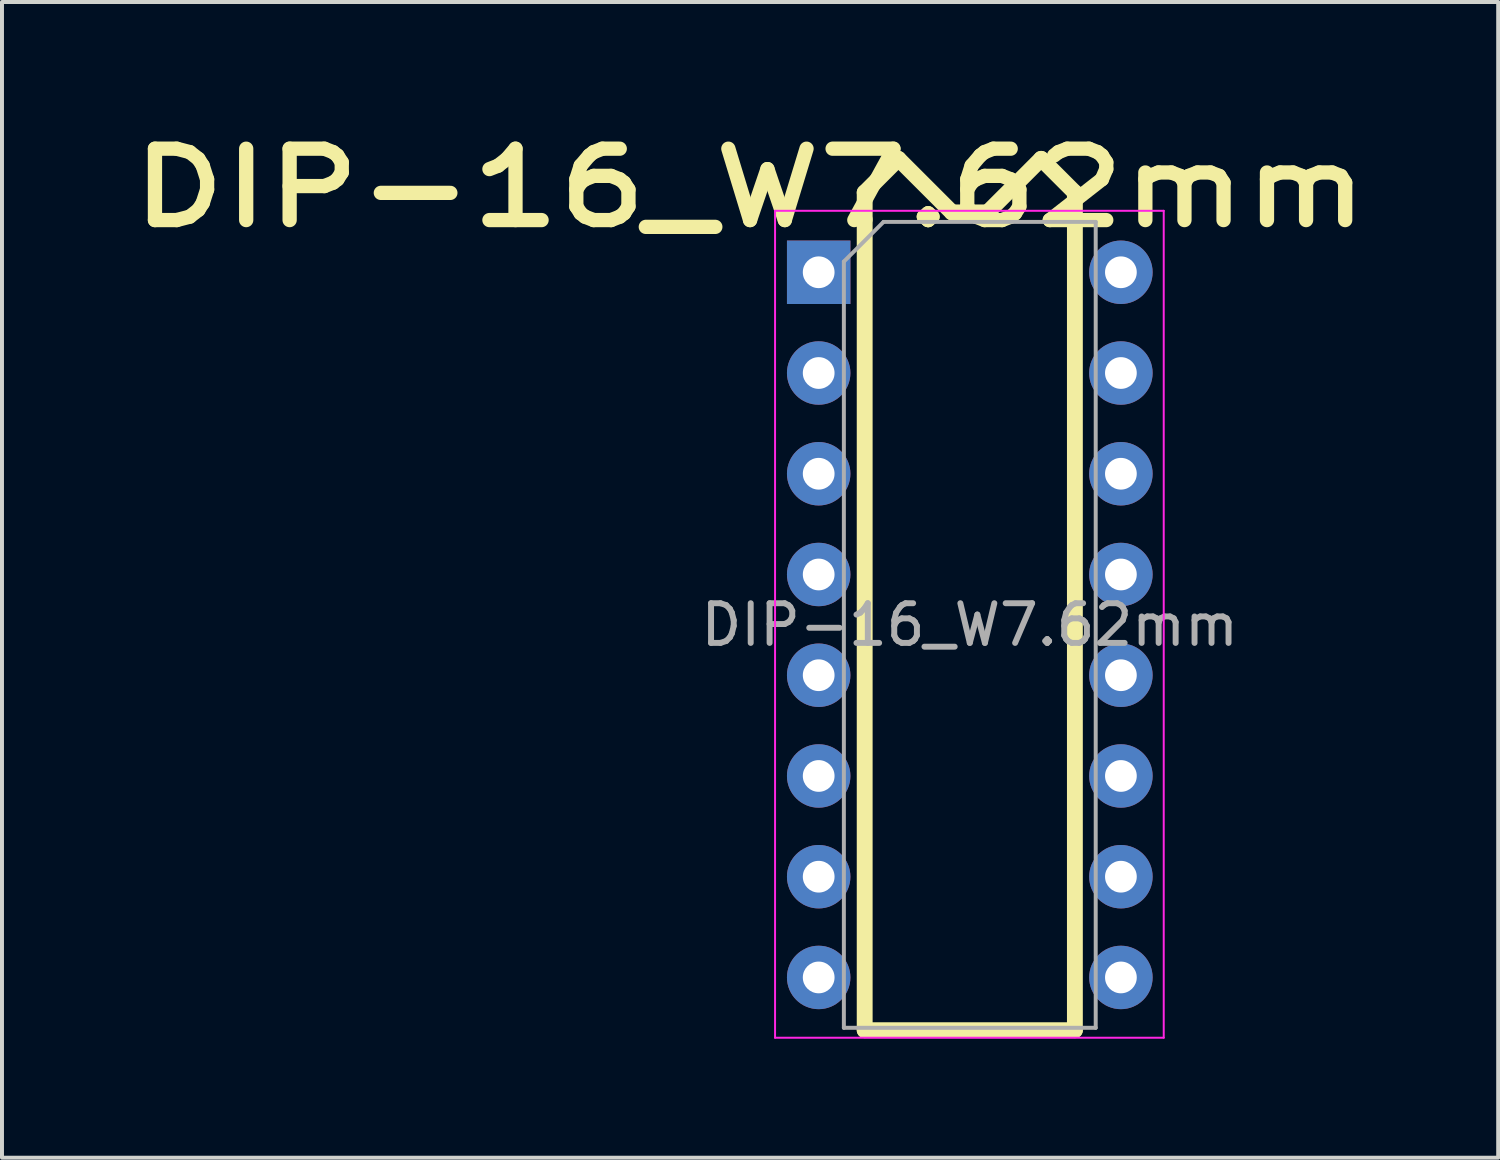
<source format=kicad_pcb>
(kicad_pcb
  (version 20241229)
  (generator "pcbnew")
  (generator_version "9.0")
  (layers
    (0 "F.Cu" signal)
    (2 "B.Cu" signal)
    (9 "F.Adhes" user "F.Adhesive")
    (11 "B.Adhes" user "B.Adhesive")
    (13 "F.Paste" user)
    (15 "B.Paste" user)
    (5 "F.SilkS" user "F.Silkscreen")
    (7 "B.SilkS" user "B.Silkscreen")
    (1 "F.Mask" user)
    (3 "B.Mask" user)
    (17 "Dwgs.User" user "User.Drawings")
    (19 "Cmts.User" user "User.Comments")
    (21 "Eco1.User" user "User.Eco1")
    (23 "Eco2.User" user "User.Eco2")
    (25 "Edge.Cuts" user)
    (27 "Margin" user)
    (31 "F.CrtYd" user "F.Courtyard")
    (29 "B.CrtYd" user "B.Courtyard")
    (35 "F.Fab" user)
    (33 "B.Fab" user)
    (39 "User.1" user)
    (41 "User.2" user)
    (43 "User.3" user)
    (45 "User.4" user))
  (footprint "DIP-16_W7.62mm"
    (layer "F.Cu")
    (at 17.622 3.815)
    (property "Reference" "DIP-16_W7.62mm" (at -1.76 -2.13 0) (layer "F.SilkS") (effects (font (size 1.8 2.3) (thickness 0.36) (bold yes))))
    (attr through_hole)
    (fp_line (start 1.13 -2.01) (end 1.98 -2.86) (stroke (width 0.4) (type default)) (layer "F.SilkS"))
    (fp_line (start 1.13 -1.33) (end 1.13 -2.01) (stroke (width 0.4) (type default)) (layer "F.SilkS"))
    (fp_line (start 1.13 -1.33) (end 1.13 19.11) (stroke (width 0.4) (type solid)) (layer "F.SilkS"))
    (fp_line (start 1.13 19.11) (end 6.43 19.11) (stroke (width 0.4) (type solid)) (layer "F.SilkS"))
    (fp_line (start 1.98 -2.86) (end 3.33 -1.51) (stroke (width 0.4) (type default)) (layer "F.SilkS"))
    (fp_line (start 3.33 -1.51) (end 4.23 -1.51) (stroke (width 0.4) (type default)) (layer "F.SilkS"))
    (fp_line (start 5.58 -2.86) (end 4.23 -1.51) (stroke (width 0.4) (type default)) (layer "F.SilkS"))
    (fp_line (start 6.43 -2.01) (end 5.58 -2.86) (stroke (width 0.4) (type default)) (layer "F.SilkS"))
    (fp_line (start 6.43 -1.33) (end 6.43 -2.01) (stroke (width 0.4) (type default)) (layer "F.SilkS"))
    (fp_line (start 6.43 19.11) (end 6.43 -1.33) (stroke (width 0.4) (type solid)) (layer "F.SilkS"))
    (fp_line (start -1.13 -1.55) (end -1.13 19.3) (stroke (width 0.05) (type solid)) (layer "F.CrtYd"))
    (fp_line (start -1.13 19.3) (end 8.67 19.3) (stroke (width 0.05) (type solid)) (layer "F.CrtYd"))
    (fp_line (start 8.67 -1.55) (end -1.13 -1.55) (stroke (width 0.05) (type solid)) (layer "F.CrtYd"))
    (fp_line (start 8.67 19.3) (end 8.67 -1.55) (stroke (width 0.05) (type solid)) (layer "F.CrtYd"))
    (fp_line (start 0.605 -0.27) (end 1.605 -1.27) (stroke (width 0.1) (type solid)) (layer "F.Fab"))
    (fp_line (start 0.605 19.05) (end 0.605 -0.27) (stroke (width 0.1) (type solid)) (layer "F.Fab"))
    (fp_line (start 1.605 -1.27) (end 6.955 -1.27) (stroke (width 0.1) (type solid)) (layer "F.Fab"))
    (fp_line (start 6.955 -1.27) (end 6.955 19.05) (stroke (width 0.1) (type solid)) (layer "F.Fab"))
    (fp_line (start 6.955 19.05) (end 0.605 19.05) (stroke (width 0.1) (type solid)) (layer "F.Fab"))
    (fp_text user "${REFERENCE}" (at 3.78 8.89 0) (layer "F.Fab") (effects (font (size 1 1) (thickness 0.15))))
    (pad "1" thru_hole rect (at -0.03 0) (size 1.6 1.6) (drill 0.8) (layers "*.Cu" "*.Mask"))
    (pad "2" thru_hole oval (at -0.03 2.54) (size 1.6 1.6) (drill 0.8) (layers "*.Cu" "*.Mask"))
    (pad "3" thru_hole oval (at -0.03 5.08) (size 1.6 1.6) (drill 0.8) (layers "*.Cu" "*.Mask"))
    (pad "4" thru_hole oval (at -0.03 7.62) (size 1.6 1.6) (drill 0.8) (layers "*.Cu" "*.Mask"))
    (pad "5" thru_hole oval (at -0.03 10.16) (size 1.6 1.6) (drill 0.8) (layers "*.Cu" "*.Mask"))
    (pad "6" thru_hole oval (at -0.03 12.7) (size 1.6 1.6) (drill 0.8) (layers "*.Cu" "*.Mask"))
    (pad "7" thru_hole oval (at -0.03 15.24) (size 1.6 1.6) (drill 0.8) (layers "*.Cu" "*.Mask"))
    (pad "8" thru_hole oval (at -0.03 17.78) (size 1.6 1.6) (drill 0.8) (layers "*.Cu" "*.Mask"))
    (pad "9" thru_hole oval (at 7.59 17.78) (size 1.6 1.6) (drill 0.8) (layers "*.Cu" "*.Mask"))
    (pad "10" thru_hole oval (at 7.59 15.24) (size 1.6 1.6) (drill 0.8) (layers "*.Cu" "*.Mask"))
    (pad "11" thru_hole oval (at 7.59 12.7) (size 1.6 1.6) (drill 0.8) (layers "*.Cu" "*.Mask"))
    (pad "12" thru_hole oval (at 7.59 10.16) (size 1.6 1.6) (drill 0.8) (layers "*.Cu" "*.Mask"))
    (pad "13" thru_hole oval (at 7.59 7.62) (size 1.6 1.6) (drill 0.8) (layers "*.Cu" "*.Mask"))
    (pad "14" thru_hole oval (at 7.59 5.08) (size 1.6 1.6) (drill 0.8) (layers "*.Cu" "*.Mask"))
    (pad "15" thru_hole oval (at 7.59 2.54) (size 1.6 1.6) (drill 0.8) (layers "*.Cu" "*.Mask"))
    (pad "16" thru_hole oval (at 7.59 0) (size 1.6 1.6) (drill 0.8) (layers "*.Cu" "*.Mask")))
  (gr_rect
    (start -3 -3)
    (end 34.725 26.14)
    (stroke (width 0.1) (type default))
    (fill no)
    (layer "Edge.Cuts")))
</source>
